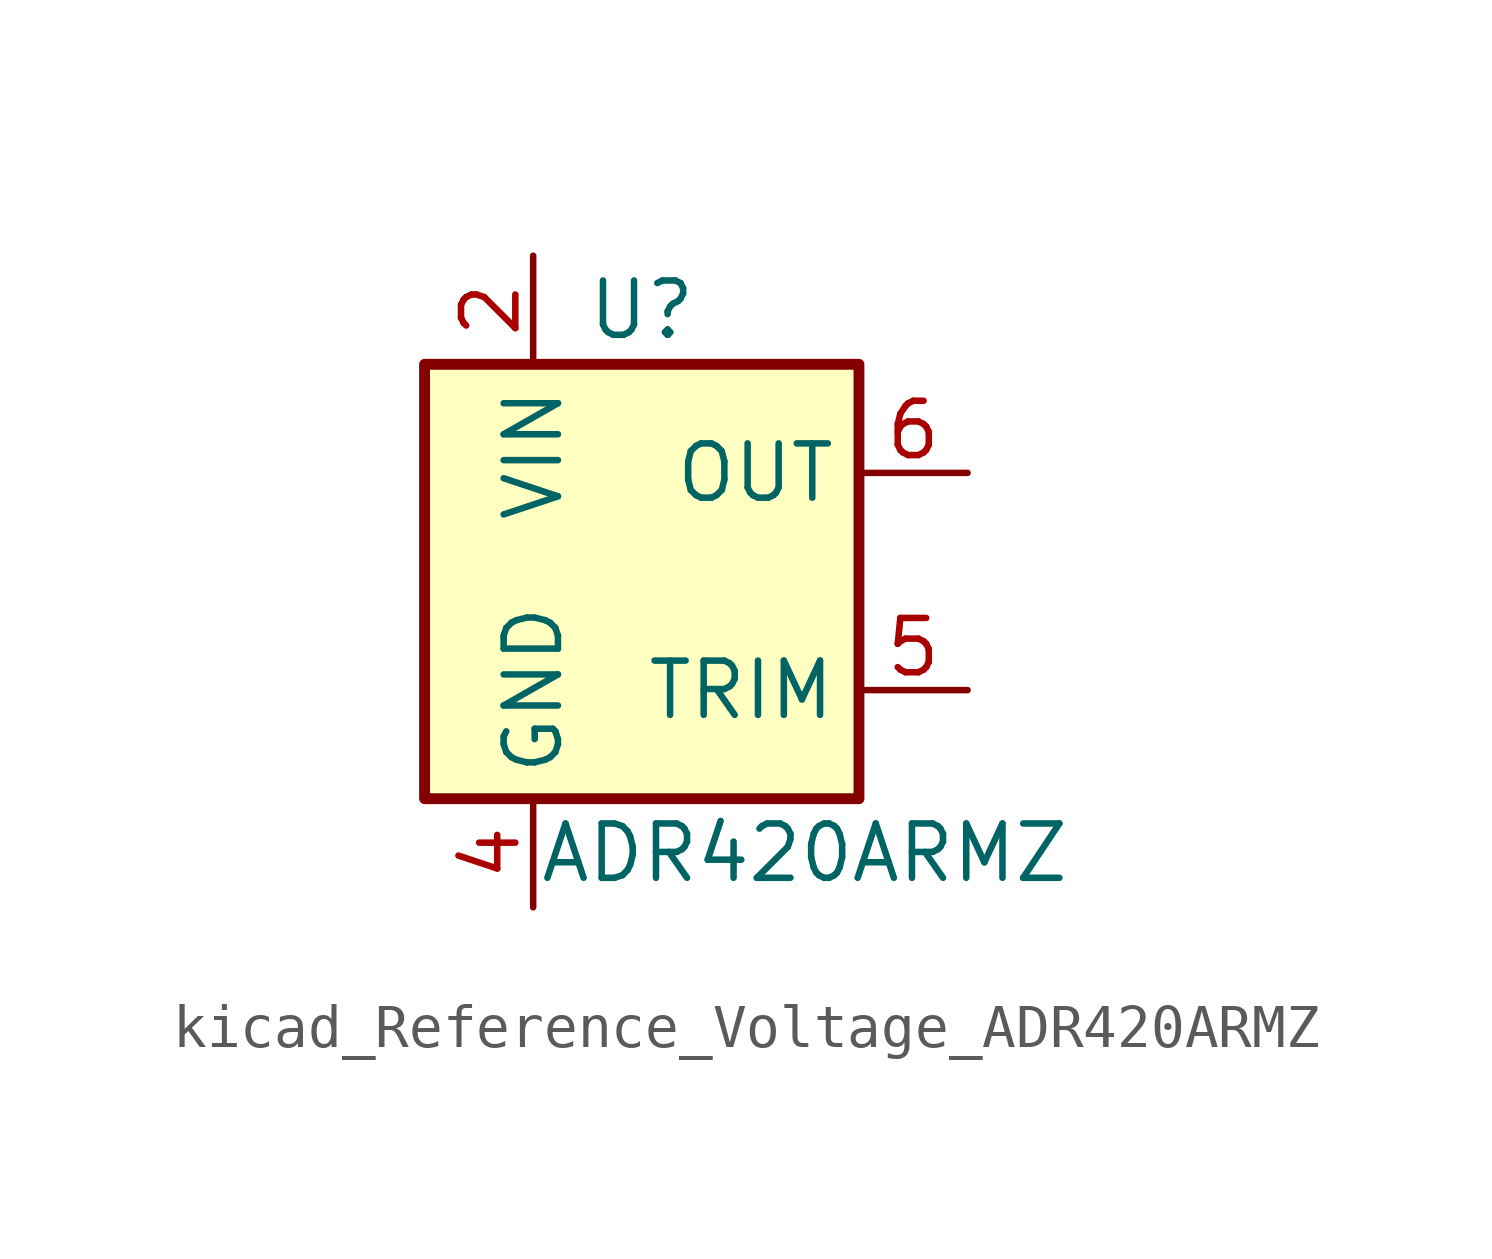
<source format=kicad_sym>
(kicad_symbol_lib
  (version 20220914)
  (generator kicad_symbol_editor)
  (symbol "kicad_Reference_Voltage_ADR420ARMZ"
    (property "Reference" "U"
      (at 0 6.35 0)
      (effects (font (size 1.27 1.27))))
    (property "Value" "ADR420ARMZ"
      (at 3.81 -6.35 0)
      (effects (font (size 1.27 1.27))))
    (symbol "kicad_Reference_Voltage_ADR420ARMZ_0_1"
      (rectangle (start 5.08 -5.08) (end -5.08 5.08) (stroke (width 0.254) (type default)) (fill (type background)))
      (pin no_connect line (at -5.08 0 0) (length 2.54) hide (name "TP" (effects (font (size 1.27 1.27)))) (number "1" (effects (font (size 1.27 1.27)))))
      (pin power_in line (at -2.54 7.62 270) (length 2.54) (name "VIN" (effects (font (size 1.27 1.27)))) (number "2" (effects (font (size 1.27 1.27)))))
      (pin no_connect line (at 5.08 0 180) (length 2.54) hide (name "NC" (effects (font (size 1.27 1.27)))) (number "3" (effects (font (size 1.27 1.27)))))
      (pin power_in line (at -2.54 -7.62 90) (length 2.54) (name "GND" (effects (font (size 1.27 1.27)))) (number "4" (effects (font (size 1.27 1.27)))))
      (pin passive line (at 7.62 -2.54 180) (length 2.54) (name "TRIM" (effects (font (size 1.27 1.27)))) (number "5" (effects (font (size 1.27 1.27)))))
      (pin output line (at 7.62 2.54 180) (length 2.54) (name "OUT" (effects (font (size 1.27 1.27)))) (number "6" (effects (font (size 1.27 1.27)))))
      (pin no_connect line (at -5.08 2.54 0) (length 2.54) hide (name "NC" (effects (font (size 1.27 1.27)))) (number "7" (effects (font (size 1.27 1.27)))))
      (pin no_connect line (at -5.08 -2.54 0) (length 2.54) hide (name "TP" (effects (font (size 1.27 1.27)))) (number "8" (effects (font (size 1.27 1.27))))))))
</source>
